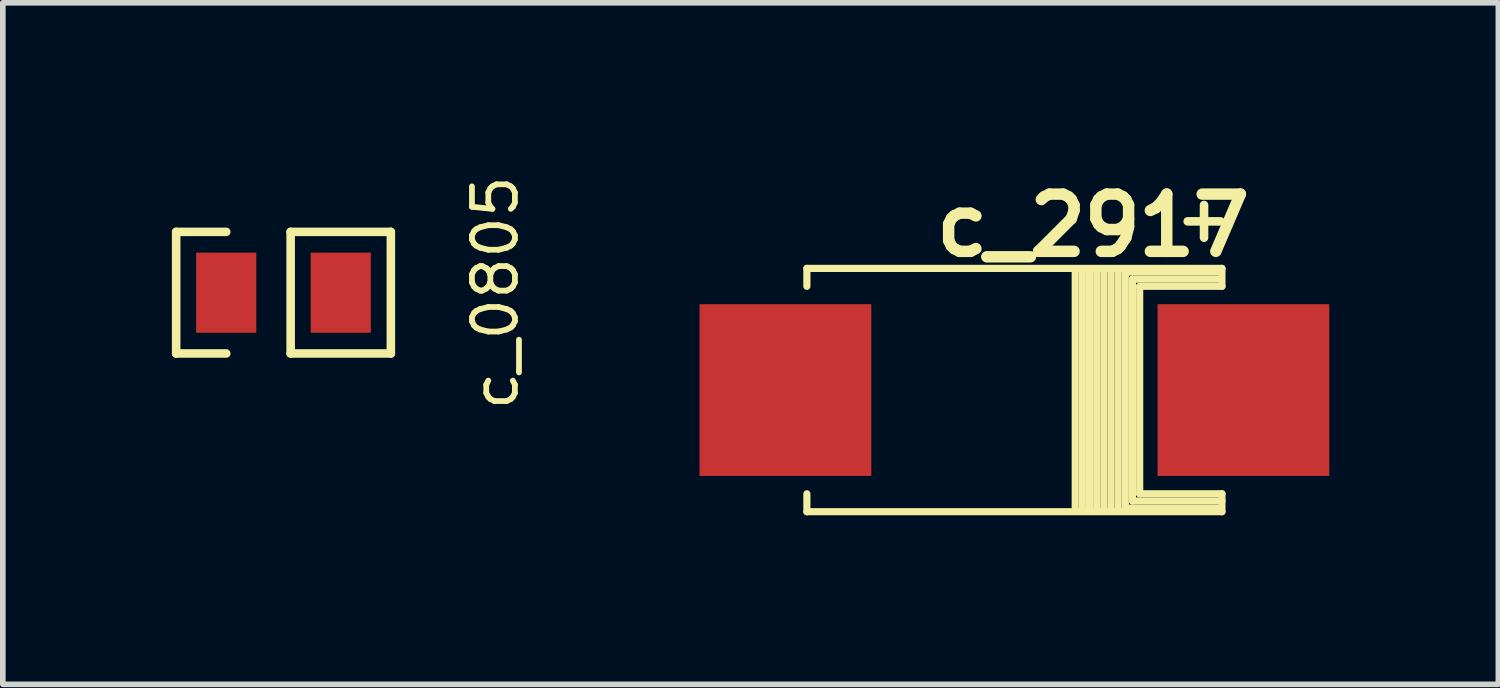
<source format=kicad_pcb>
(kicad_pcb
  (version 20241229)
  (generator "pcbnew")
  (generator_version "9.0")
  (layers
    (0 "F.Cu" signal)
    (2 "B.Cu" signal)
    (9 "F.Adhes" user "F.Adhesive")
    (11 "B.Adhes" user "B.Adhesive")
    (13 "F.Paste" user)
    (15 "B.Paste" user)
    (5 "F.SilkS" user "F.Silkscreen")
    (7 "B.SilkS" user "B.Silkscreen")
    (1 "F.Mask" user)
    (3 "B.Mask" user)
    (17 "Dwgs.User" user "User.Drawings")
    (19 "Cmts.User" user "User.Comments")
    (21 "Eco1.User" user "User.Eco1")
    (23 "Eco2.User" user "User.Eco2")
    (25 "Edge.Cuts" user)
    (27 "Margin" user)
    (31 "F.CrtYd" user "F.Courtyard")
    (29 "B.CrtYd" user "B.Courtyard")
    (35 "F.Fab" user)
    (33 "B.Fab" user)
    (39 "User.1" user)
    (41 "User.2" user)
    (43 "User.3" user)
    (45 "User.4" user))
  (footprint "c_0805"
    (layer "F.Cu")
    (at 1.981 2.144)
    (property "Reference" "c_0805" (at 3.759 0 90) (layer "F.SilkS") (effects (font (size 0.762 0.762) (thickness 0.102))))
    (attr smd)
    (fp_line (start -1.905 -1.079) (end -1.905 1.079) (stroke (width 0.152) (type solid)) (layer "F.SilkS"))
    (fp_line (start -1.905 -1.079) (end -1.016 -1.079) (stroke (width 0.152) (type solid)) (layer "F.SilkS"))
    (fp_line (start -1.016 1.079) (end -1.905 1.079) (stroke (width 0.152) (type solid)) (layer "F.SilkS"))
    (fp_line (start 0.127 -1.079) (end 0.127 1.079) (stroke (width 0.152) (type solid)) (layer "F.SilkS"))
    (fp_line (start 1.905 -1.079) (end 0.127 -1.079) (stroke (width 0.152) (type solid)) (layer "F.SilkS"))
    (fp_line (start 1.905 -1.079) (end 1.905 1.079) (stroke (width 0.152) (type solid)) (layer "F.SilkS"))
    (fp_line (start 1.905 1.079) (end 0.127 1.079) (stroke (width 0.152) (type solid)) (layer "F.SilkS"))
    (pad "1" smd rect (at 1.016 0) (size 1.067 1.422) (layers "F.Cu" "F.Mask" "F.Paste"))
    (pad "2" smd rect (at -1.016 0) (size 1.067 1.422) (layers "F.Cu" "F.Mask" "F.Paste")))
  (footprint "c_2917"
    (layer "F.Cu")
    (at 14.952 3.872)
    (property "Reference" "c_2917" (at 1.397 -2.921 0) (layer "F.SilkS") (effects (font (size 1.016 1.016) (thickness 0.203))))
    (attr smd)
    (fp_line (start -3.683 -2.159) (end 3.683 -2.159) (stroke (width 0.127) (type solid)) (layer "F.SilkS"))
    (fp_line (start -3.683 -1.841) (end -3.683 -2.159) (stroke (width 0.127) (type solid)) (layer "F.SilkS"))
    (fp_line (start -3.683 2.159) (end -3.683 1.841) (stroke (width 0.127) (type solid)) (layer "F.SilkS"))
    (fp_line (start 1.079 -2.095) (end 1.079 2.095) (stroke (width 0.127) (type solid)) (layer "F.SilkS"))
    (fp_line (start 1.206 -2.095) (end 1.206 2.095) (stroke (width 0.127) (type solid)) (layer "F.SilkS"))
    (fp_line (start 1.333 -2.095) (end 1.333 2.095) (stroke (width 0.127) (type solid)) (layer "F.SilkS"))
    (fp_line (start 1.46 2.095) (end 1.46 -2.095) (stroke (width 0.127) (type solid)) (layer "F.SilkS"))
    (fp_line (start 1.587 -2.095) (end 1.587 2.095) (stroke (width 0.127) (type solid)) (layer "F.SilkS"))
    (fp_line (start 1.714 2.095) (end 1.714 -2.095) (stroke (width 0.127) (type solid)) (layer "F.SilkS"))
    (fp_line (start 1.841 -2.095) (end 1.841 2.095) (stroke (width 0.127) (type solid)) (layer "F.SilkS"))
    (fp_line (start 1.968 -2.095) (end 1.968 2.095) (stroke (width 0.127) (type solid)) (layer "F.SilkS"))
    (fp_line (start 1.968 2.095) (end 3.619 2.095) (stroke (width 0.127) (type solid)) (layer "F.SilkS"))
    (fp_line (start 2.095 -1.968) (end 3.619 -1.968) (stroke (width 0.127) (type solid)) (layer "F.SilkS"))
    (fp_line (start 2.095 1.968) (end 2.095 -1.968) (stroke (width 0.127) (type solid)) (layer "F.SilkS"))
    (fp_line (start 2.223 -1.841) (end 2.223 1.841) (stroke (width 0.127) (type solid)) (layer "F.SilkS"))
    (fp_line (start 2.223 1.841) (end 3.683 1.841) (stroke (width 0.127) (type solid)) (layer "F.SilkS"))
    (fp_line (start 3.619 -2.095) (end 1.968 -2.095) (stroke (width 0.127) (type solid)) (layer "F.SilkS"))
    (fp_line (start 3.683 -2.159) (end 3.683 -1.841) (stroke (width 0.127) (type solid)) (layer "F.SilkS"))
    (fp_line (start 3.683 -1.841) (end 2.223 -1.841) (stroke (width 0.127) (type solid)) (layer "F.SilkS"))
    (fp_line (start 3.683 1.841) (end 3.683 2.159) (stroke (width 0.127) (type solid)) (layer "F.SilkS"))
    (fp_line (start 3.683 1.968) (end 2.095 1.968) (stroke (width 0.127) (type solid)) (layer "F.SilkS"))
    (fp_line (start 3.683 2.159) (end -3.683 2.159) (stroke (width 0.127) (type solid)) (layer "F.SilkS"))
    (fp_text user "+" (at 3.365 -3.048 0) (layer "F.SilkS") (effects (font (size 0.762 0.762) (thickness 0.152))))
    (pad "1" smd rect (at 4.064 0) (size 3.048 3.048) (layers "F.Cu" "F.Mask" "F.Paste"))
    (pad "2" smd rect (at -4.064 0) (size 3.048 3.048) (layers "F.Cu" "F.Mask" "F.Paste")))
  (gr_rect
    (start -3 -3)
    (end 23.54 9.094)
    (stroke (width 0.1) (type default))
    (fill no)
    (layer "Edge.Cuts")))
</source>
